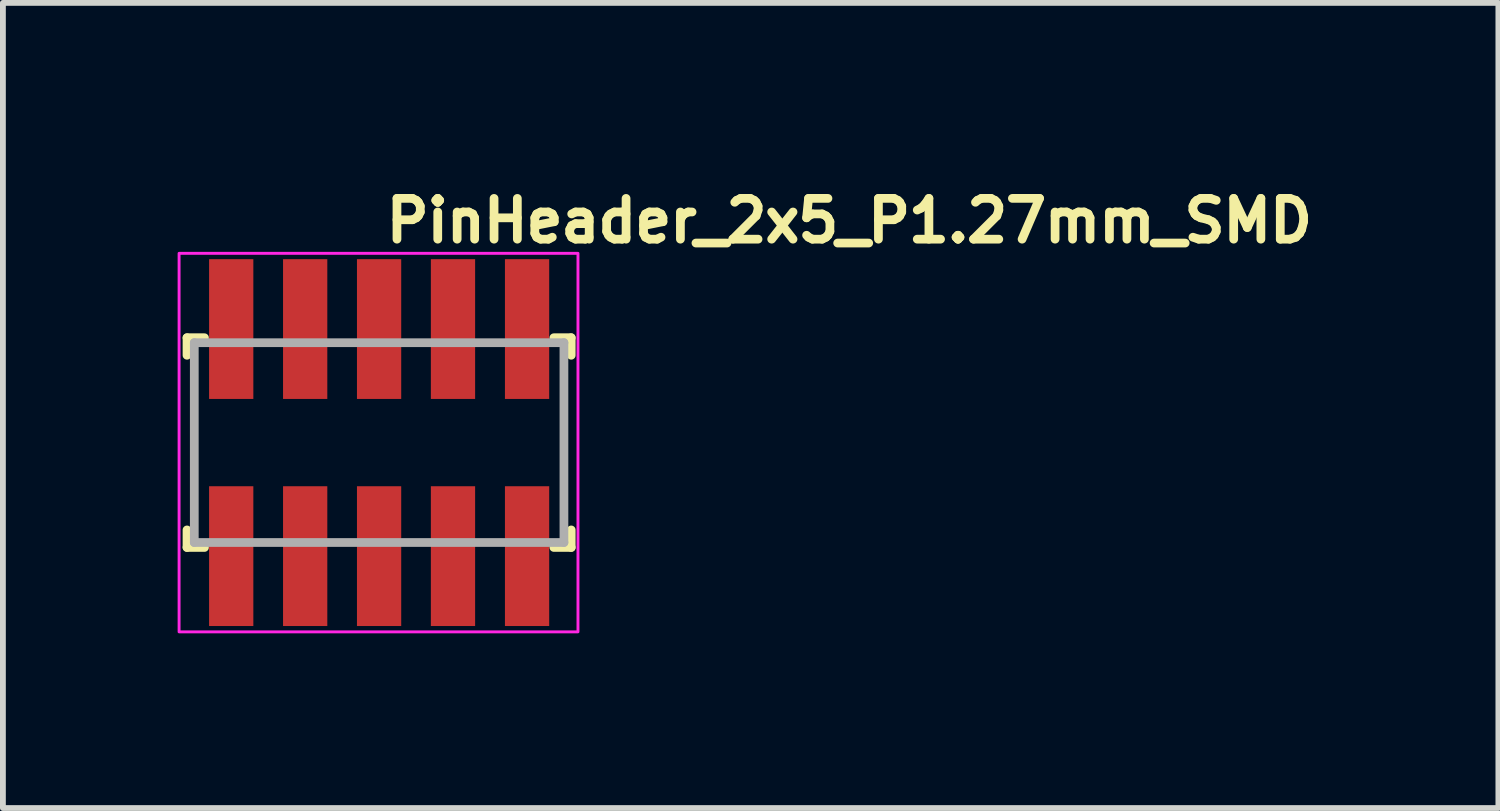
<source format=kicad_pcb>
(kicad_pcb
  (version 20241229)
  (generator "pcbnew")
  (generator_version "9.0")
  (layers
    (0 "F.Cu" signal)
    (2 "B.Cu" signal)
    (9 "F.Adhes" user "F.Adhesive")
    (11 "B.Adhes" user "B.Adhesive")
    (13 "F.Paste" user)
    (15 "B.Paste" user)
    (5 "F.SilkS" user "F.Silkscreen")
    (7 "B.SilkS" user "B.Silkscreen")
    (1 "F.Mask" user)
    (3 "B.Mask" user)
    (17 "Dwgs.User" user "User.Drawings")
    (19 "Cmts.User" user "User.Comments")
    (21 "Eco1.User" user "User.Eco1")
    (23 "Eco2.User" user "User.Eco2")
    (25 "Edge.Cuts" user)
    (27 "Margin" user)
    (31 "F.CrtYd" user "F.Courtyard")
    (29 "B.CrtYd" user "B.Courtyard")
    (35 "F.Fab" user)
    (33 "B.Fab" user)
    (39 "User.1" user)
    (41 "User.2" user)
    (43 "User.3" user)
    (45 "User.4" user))
  (footprint "PinHeader_2x5_P1.27mm_SMD"
    (layer "F.Cu")
    (at 3.501 4.55)
    (property "Reference" "PinHeader_2x5_P1.27mm_SMD" (at 0 -3.4 0) (layer "F.SilkS") (effects (font (size 0.7 0.7) (thickness 0.15)) (justify left bottom)))
    (attr smd)
    (fp_line (start -3.34 -1.801) (end -3.34 -1.5) (stroke (width 0.15) (type solid)) (layer "F.SilkS"))
    (fp_line (start -3.34 1.8) (end -3.34 1.499) (stroke (width 0.15) (type solid)) (layer "F.SilkS"))
    (fp_line (start -3.04 -1.801) (end -3.34 -1.801) (stroke (width 0.15) (type solid)) (layer "F.SilkS"))
    (fp_line (start -3.04 1.8) (end -3.34 1.8) (stroke (width 0.15) (type solid)) (layer "F.SilkS"))
    (fp_line (start 2.959 -1.801) (end 3.257 -1.801) (stroke (width 0.15) (type solid)) (layer "F.SilkS"))
    (fp_line (start 2.959 1.8) (end 3.257 1.8) (stroke (width 0.15) (type solid)) (layer "F.SilkS"))
    (fp_line (start 3.257 -1.801) (end 3.257 -1.5) (stroke (width 0.15) (type solid)) (layer "F.SilkS"))
    (fp_line (start 3.257 1.8) (end 3.257 1.499) (stroke (width 0.15) (type solid)) (layer "F.SilkS"))
    (fp_rect (start -3.476 -3.25) (end 3.373 3.249) (stroke (width 0.05) (type solid)) (fill no) (layer "F.CrtYd"))
    (fp_line (start -3.215 -1.716) (end -3.215 1.715) (stroke (width 0.15) (type solid)) (layer "F.Fab"))
    (fp_line (start 3.132 -1.716) (end -3.215 -1.716) (stroke (width 0.15) (type solid)) (layer "F.Fab"))
    (fp_line (start 3.132 -1.716) (end 3.132 1.715) (stroke (width 0.15) (type solid)) (layer "F.Fab"))
    (fp_line (start 3.132 1.715) (end -3.215 1.715) (stroke (width 0.15) (type solid)) (layer "F.Fab"))
    (fp_rect (start -3.176 -2.75) (end 3.173 2.749) (stroke (width 0.1) (type solid)) (fill no) (layer "User.5"))
    (fp_line (start -3.176 -1.44) (end -3.176 1.439) (stroke (width 0.02) (type solid)) (layer "User.9"))
    (fp_line (start -3.176 1.439) (end -3.025 1.699) (stroke (width 0.02) (type solid)) (layer "User.9"))
    (fp_line (start -3.025 -1.7) (end -3.176 -1.44) (stroke (width 0.02) (type solid)) (layer "User.9"))
    (fp_line (start -3.025 1.699) (end -2.057 1.699) (stroke (width 0.02) (type solid)) (layer "User.9"))
    (fp_line (start -2.742 -1.7) (end -2.742 -2.75) (stroke (width 0.02) (type solid)) (layer "User.9"))
    (fp_line (start -2.742 -0.835) (end -2.742 -0.435) (stroke (width 0.02) (type solid)) (layer "User.9"))
    (fp_line (start -2.742 -0.435) (end -2.34 -0.435) (stroke (width 0.02) (type solid)) (layer "User.9"))
    (fp_line (start -2.742 0.433) (end -2.34 0.433) (stroke (width 0.02) (type solid)) (layer "User.9"))
    (fp_line (start -2.742 0.833) (end -2.742 0.433) (stroke (width 0.02) (type solid)) (layer "User.9"))
    (fp_line (start -2.742 1.699) (end -2.742 2.749) (stroke (width 0.02) (type solid)) (layer "User.9"))
    (fp_line (start -2.34 -2.75) (end -2.742 -2.75) (stroke (width 0.02) (type solid)) (layer "User.9"))
    (fp_line (start -2.34 -1.7) (end -2.34 -2.75) (stroke (width 0.02) (type solid)) (layer "User.9"))
    (fp_line (start -2.34 -0.835) (end -2.742 -0.835) (stroke (width 0.02) (type solid)) (layer "User.9"))
    (fp_line (start -2.34 -0.435) (end -2.34 -0.835) (stroke (width 0.02) (type solid)) (layer "User.9"))
    (fp_line (start -2.34 0.433) (end -2.34 0.833) (stroke (width 0.02) (type solid)) (layer "User.9"))
    (fp_line (start -2.34 0.833) (end -2.742 0.833) (stroke (width 0.02) (type solid)) (layer "User.9"))
    (fp_line (start -2.34 1.699) (end -2.34 2.749) (stroke (width 0.02) (type solid)) (layer "User.9"))
    (fp_line (start -2.34 2.749) (end -2.742 2.749) (stroke (width 0.02) (type solid)) (layer "User.9"))
    (fp_line (start -2.057 -1.7) (end -3.025 -1.7) (stroke (width 0.02) (type solid)) (layer "User.9"))
    (fp_line (start -2.057 1.699) (end -1.905 1.439) (stroke (width 0.02) (type solid)) (layer "User.9"))
    (fp_line (start -1.905 -1.44) (end -2.057 -1.7) (stroke (width 0.02) (type solid)) (layer "User.9"))
    (fp_line (start -1.905 1.439) (end -1.756 1.699) (stroke (width 0.02) (type solid)) (layer "User.9"))
    (fp_line (start -1.756 -1.7) (end -1.905 -1.44) (stroke (width 0.02) (type solid)) (layer "User.9"))
    (fp_line (start -1.756 1.699) (end -0.787 1.699) (stroke (width 0.02) (type solid)) (layer "User.9"))
    (fp_line (start -1.47 -1.7) (end -1.47 -2.75) (stroke (width 0.02) (type solid)) (layer "User.9"))
    (fp_line (start -1.47 -0.835) (end -1.47 -0.435) (stroke (width 0.02) (type solid)) (layer "User.9"))
    (fp_line (start -1.47 -0.435) (end -1.071 -0.435) (stroke (width 0.02) (type solid)) (layer "User.9"))
    (fp_line (start -1.47 0.433) (end -1.071 0.433) (stroke (width 0.02) (type solid)) (layer "User.9"))
    (fp_line (start -1.47 0.833) (end -1.47 0.433) (stroke (width 0.02) (type solid)) (layer "User.9"))
    (fp_line (start -1.47 1.699) (end -1.47 2.749) (stroke (width 0.02) (type solid)) (layer "User.9"))
    (fp_line (start -1.071 -2.75) (end -1.47 -2.75) (stroke (width 0.02) (type solid)) (layer "User.9"))
    (fp_line (start -1.071 -1.7) (end -1.071 -2.75) (stroke (width 0.02) (type solid)) (layer "User.9"))
    (fp_line (start -1.071 -0.835) (end -1.47 -0.835) (stroke (width 0.02) (type solid)) (layer "User.9"))
    (fp_line (start -1.071 -0.435) (end -1.071 -0.835) (stroke (width 0.02) (type solid)) (layer "User.9"))
    (fp_line (start -1.071 0.433) (end -1.071 0.833) (stroke (width 0.02) (type solid)) (layer "User.9"))
    (fp_line (start -1.071 0.833) (end -1.47 0.833) (stroke (width 0.02) (type solid)) (layer "User.9"))
    (fp_line (start -1.071 1.699) (end -1.071 2.749) (stroke (width 0.02) (type solid)) (layer "User.9"))
    (fp_line (start -1.071 2.749) (end -1.47 2.749) (stroke (width 0.02) (type solid)) (layer "User.9"))
    (fp_line (start -0.787 -1.7) (end -1.756 -1.7) (stroke (width 0.02) (type solid)) (layer "User.9"))
    (fp_line (start -0.787 1.699) (end -0.635 1.439) (stroke (width 0.02) (type solid)) (layer "User.9"))
    (fp_line (start -0.635 -1.44) (end -0.787 -1.7) (stroke (width 0.02) (type solid)) (layer "User.9"))
    (fp_line (start -0.635 1.439) (end -0.486 1.699) (stroke (width 0.02) (type solid)) (layer "User.9"))
    (fp_line (start -0.486 -1.7) (end -0.635 -1.44) (stroke (width 0.02) (type solid)) (layer "User.9"))
    (fp_line (start -0.486 1.699) (end 0.483 1.699) (stroke (width 0.02) (type solid)) (layer "User.9"))
    (fp_line (start -0.202 -1.7) (end -0.202 -2.75) (stroke (width 0.02) (type solid)) (layer "User.9"))
    (fp_line (start -0.202 -0.835) (end -0.202 -0.435) (stroke (width 0.02) (type solid)) (layer "User.9"))
    (fp_line (start -0.202 -0.435) (end 0.199 -0.435) (stroke (width 0.02) (type solid)) (layer "User.9"))
    (fp_line (start -0.202 0.433) (end 0.199 0.433) (stroke (width 0.02) (type solid)) (layer "User.9"))
    (fp_line (start -0.202 0.833) (end -0.202 0.433) (stroke (width 0.02) (type solid)) (layer "User.9"))
    (fp_line (start -0.202 1.699) (end -0.202 2.749) (stroke (width 0.02) (type solid)) (layer "User.9"))
    (fp_line (start 0.199 -2.75) (end -0.202 -2.75) (stroke (width 0.02) (type solid)) (layer "User.9"))
    (fp_line (start 0.199 -1.7) (end 0.199 -2.75) (stroke (width 0.02) (type solid)) (layer "User.9"))
    (fp_line (start 0.199 -0.835) (end -0.202 -0.835) (stroke (width 0.02) (type solid)) (layer "User.9"))
    (fp_line (start 0.199 -0.435) (end 0.199 -0.835) (stroke (width 0.02) (type solid)) (layer "User.9"))
    (fp_line (start 0.199 0.433) (end 0.199 0.833) (stroke (width 0.02) (type solid)) (layer "User.9"))
    (fp_line (start 0.199 0.833) (end -0.202 0.833) (stroke (width 0.02) (type solid)) (layer "User.9"))
    (fp_line (start 0.199 1.699) (end 0.199 2.749) (stroke (width 0.02) (type solid)) (layer "User.9"))
    (fp_line (start 0.199 2.749) (end -0.202 2.749) (stroke (width 0.02) (type solid)) (layer "User.9"))
    (fp_line (start 0.483 -1.7) (end -0.486 -1.7) (stroke (width 0.02) (type solid)) (layer "User.9"))
    (fp_line (start 0.483 1.699) (end 0.633 1.439) (stroke (width 0.02) (type solid)) (layer "User.9"))
    (fp_line (start 0.633 -1.44) (end 0.483 -1.7) (stroke (width 0.02) (type solid)) (layer "User.9"))
    (fp_line (start 0.633 1.439) (end 0.784 1.699) (stroke (width 0.02) (type solid)) (layer "User.9"))
    (fp_line (start 0.784 -1.7) (end 0.633 -1.44) (stroke (width 0.02) (type solid)) (layer "User.9"))
    (fp_line (start 0.784 1.699) (end 1.753 1.699) (stroke (width 0.02) (type solid)) (layer "User.9"))
    (fp_line (start 1.07 -1.7) (end 1.07 -2.75) (stroke (width 0.02) (type solid)) (layer "User.9"))
    (fp_line (start 1.07 -0.835) (end 1.07 -0.435) (stroke (width 0.02) (type solid)) (layer "User.9"))
    (fp_line (start 1.07 -0.435) (end 1.469 -0.435) (stroke (width 0.02) (type solid)) (layer "User.9"))
    (fp_line (start 1.07 0.433) (end 1.469 0.433) (stroke (width 0.02) (type solid)) (layer "User.9"))
    (fp_line (start 1.07 0.833) (end 1.07 0.433) (stroke (width 0.02) (type solid)) (layer "User.9"))
    (fp_line (start 1.07 1.699) (end 1.07 2.749) (stroke (width 0.02) (type solid)) (layer "User.9"))
    (fp_line (start 1.469 -2.75) (end 1.07 -2.75) (stroke (width 0.02) (type solid)) (layer "User.9"))
    (fp_line (start 1.469 -1.7) (end 1.469 -2.75) (stroke (width 0.02) (type solid)) (layer "User.9"))
    (fp_line (start 1.469 -0.835) (end 1.07 -0.835) (stroke (width 0.02) (type solid)) (layer "User.9"))
    (fp_line (start 1.469 -0.435) (end 1.469 -0.835) (stroke (width 0.02) (type solid)) (layer "User.9"))
    (fp_line (start 1.469 0.433) (end 1.469 0.833) (stroke (width 0.02) (type solid)) (layer "User.9"))
    (fp_line (start 1.469 0.833) (end 1.07 0.833) (stroke (width 0.02) (type solid)) (layer "User.9"))
    (fp_line (start 1.469 1.699) (end 1.469 2.749) (stroke (width 0.02) (type solid)) (layer "User.9"))
    (fp_line (start 1.469 2.749) (end 1.07 2.749) (stroke (width 0.02) (type solid)) (layer "User.9"))
    (fp_line (start 1.753 -1.7) (end 0.784 -1.7) (stroke (width 0.02) (type solid)) (layer "User.9"))
    (fp_line (start 1.753 1.699) (end 1.904 1.439) (stroke (width 0.02) (type solid)) (layer "User.9"))
    (fp_line (start 1.904 -1.44) (end 1.753 -1.7) (stroke (width 0.02) (type solid)) (layer "User.9"))
    (fp_line (start 1.904 1.439) (end 2.055 1.699) (stroke (width 0.02) (type solid)) (layer "User.9"))
    (fp_line (start 2.055 -1.7) (end 1.904 -1.44) (stroke (width 0.02) (type solid)) (layer "User.9"))
    (fp_line (start 2.055 1.699) (end 3.023 1.699) (stroke (width 0.02) (type solid)) (layer "User.9"))
    (fp_line (start 2.338 -1.7) (end 2.338 -2.75) (stroke (width 0.02) (type solid)) (layer "User.9"))
    (fp_line (start 2.338 -0.835) (end 2.338 -0.435) (stroke (width 0.02) (type solid)) (layer "User.9"))
    (fp_line (start 2.338 -0.435) (end 2.738 -0.435) (stroke (width 0.02) (type solid)) (layer "User.9"))
    (fp_line (start 2.338 0.433) (end 2.738 0.433) (stroke (width 0.02) (type solid)) (layer "User.9"))
    (fp_line (start 2.338 0.833) (end 2.338 0.433) (stroke (width 0.02) (type solid)) (layer "User.9"))
    (fp_line (start 2.338 1.699) (end 2.338 2.749) (stroke (width 0.02) (type solid)) (layer "User.9"))
    (fp_line (start 2.738 -2.75) (end 2.338 -2.75) (stroke (width 0.02) (type solid)) (layer "User.9"))
    (fp_line (start 2.738 -1.7) (end 2.738 -2.75) (stroke (width 0.02) (type solid)) (layer "User.9"))
    (fp_line (start 2.738 -0.835) (end 2.338 -0.835) (stroke (width 0.02) (type solid)) (layer "User.9"))
    (fp_line (start 2.738 -0.435) (end 2.738 -0.835) (stroke (width 0.02) (type solid)) (layer "User.9"))
    (fp_line (start 2.738 0.433) (end 2.738 0.833) (stroke (width 0.02) (type solid)) (layer "User.9"))
    (fp_line (start 2.738 0.833) (end 2.338 0.833) (stroke (width 0.02) (type solid)) (layer "User.9"))
    (fp_line (start 2.738 1.699) (end 2.738 2.749) (stroke (width 0.02) (type solid)) (layer "User.9"))
    (fp_line (start 2.738 2.749) (end 2.338 2.749) (stroke (width 0.02) (type solid)) (layer "User.9"))
    (fp_line (start 3.023 -1.7) (end 2.055 -1.7) (stroke (width 0.02) (type solid)) (layer "User.9"))
    (fp_line (start 3.023 1.699) (end 3.173 1.439) (stroke (width 0.02) (type solid)) (layer "User.9"))
    (fp_line (start 3.173 -1.44) (end 3.023 -1.7) (stroke (width 0.02) (type solid)) (layer "User.9"))
    (fp_line (start 3.173 1.439) (end 3.173 -1.44) (stroke (width 0.02) (type solid)) (layer "User.9"))
    (pad "1" smd rect (at -2.581 1.949) (size 0.76 2.4) (layers "F.Cu" "F.Mask" "F.Paste"))
    (pad "2" smd rect (at -2.581 -1.95) (size 0.76 2.4) (layers "F.Cu" "F.Mask" "F.Paste"))
    (pad "3" smd rect (at -1.311 1.949) (size 0.76 2.4) (layers "F.Cu" "F.Mask" "F.Paste"))
    (pad "4" smd rect (at -1.311 -1.95) (size 0.76 2.4) (layers "F.Cu" "F.Mask" "F.Paste"))
    (pad "5" smd rect (at -0.042 1.949) (size 0.76 2.4) (layers "F.Cu" "F.Mask" "F.Paste"))
    (pad "6" smd rect (at -0.042 -1.95) (size 0.76 2.4) (layers "F.Cu" "F.Mask" "F.Paste"))
    (pad "7" smd rect (at 1.227 1.949) (size 0.76 2.4) (layers "F.Cu" "F.Mask" "F.Paste"))
    (pad "8" smd rect (at 1.227 -1.95) (size 0.76 2.4) (layers "F.Cu" "F.Mask" "F.Paste"))
    (pad "9" smd rect (at 2.499 1.949) (size 0.76 2.4) (layers "F.Cu" "F.Mask" "F.Paste"))
    (pad "10" smd rect (at 2.499 -1.95) (size 0.76 2.4) (layers "F.Cu" "F.Mask" "F.Paste")))
  (gr_rect
    (start -3 -3)
    (end 22.678 10.824)
    (stroke (width 0.1) (type default))
    (fill no)
    (layer "Edge.Cuts")))
</source>
